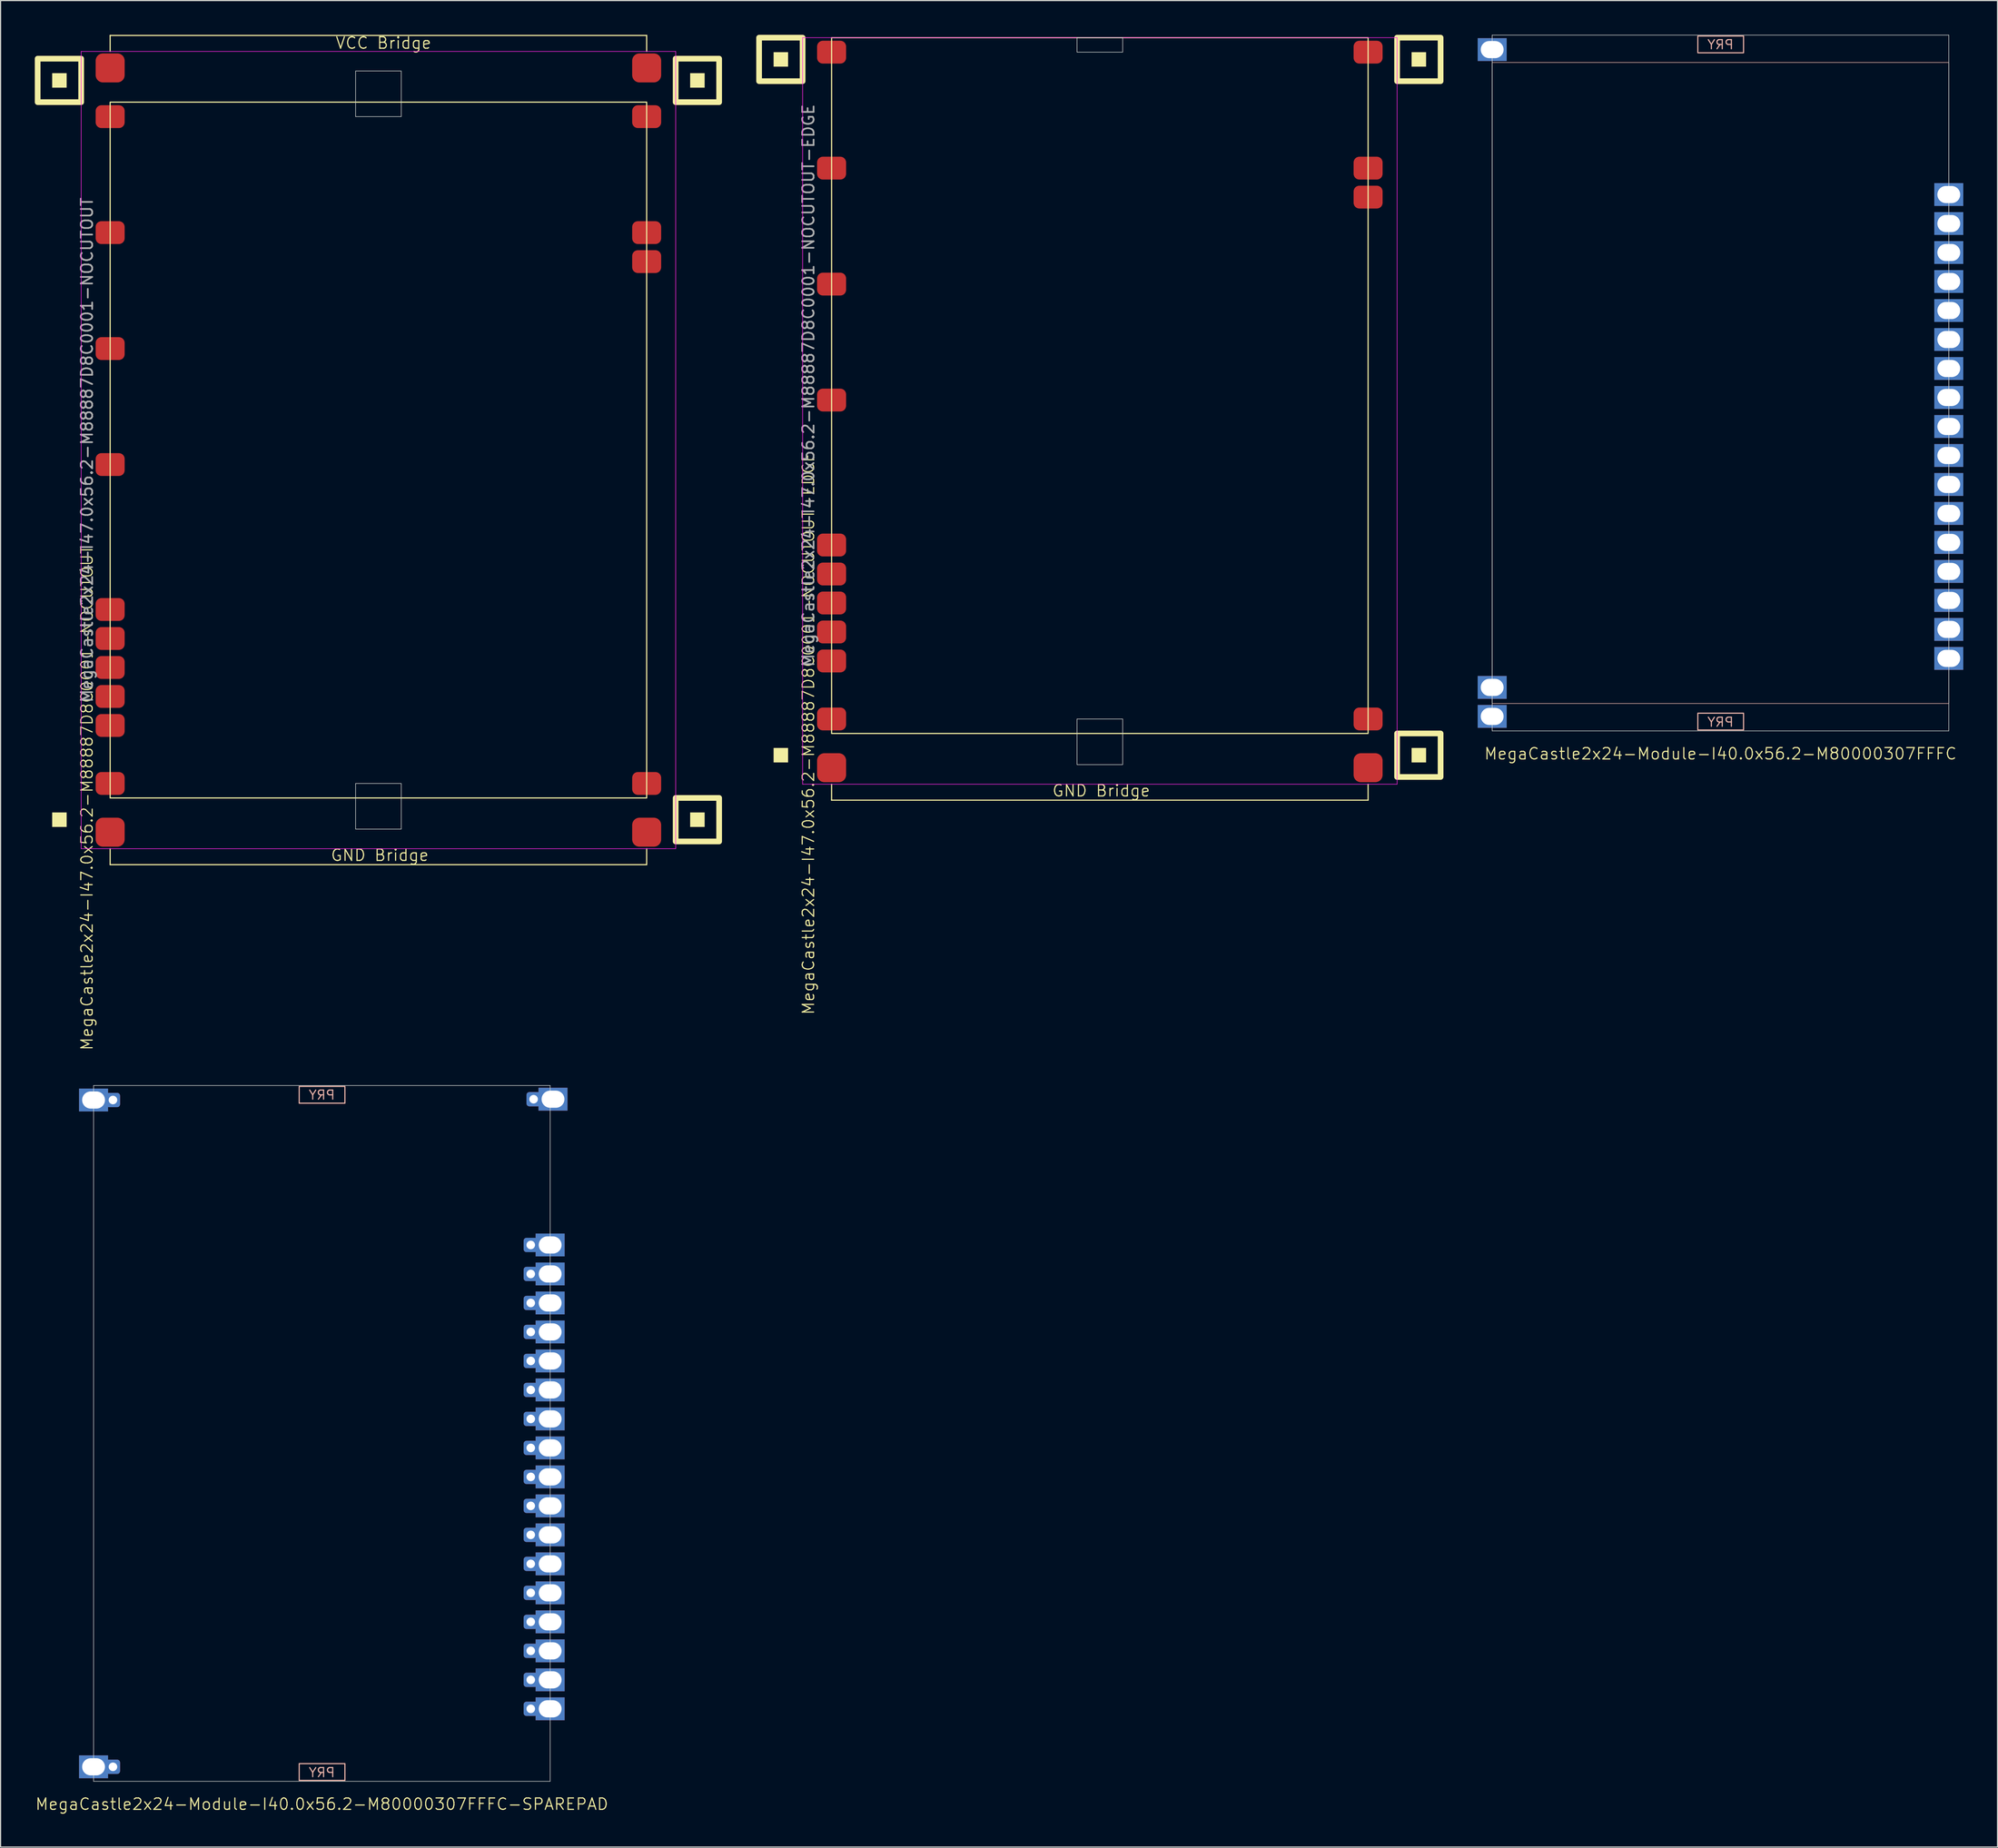
<source format=kicad_pcb>
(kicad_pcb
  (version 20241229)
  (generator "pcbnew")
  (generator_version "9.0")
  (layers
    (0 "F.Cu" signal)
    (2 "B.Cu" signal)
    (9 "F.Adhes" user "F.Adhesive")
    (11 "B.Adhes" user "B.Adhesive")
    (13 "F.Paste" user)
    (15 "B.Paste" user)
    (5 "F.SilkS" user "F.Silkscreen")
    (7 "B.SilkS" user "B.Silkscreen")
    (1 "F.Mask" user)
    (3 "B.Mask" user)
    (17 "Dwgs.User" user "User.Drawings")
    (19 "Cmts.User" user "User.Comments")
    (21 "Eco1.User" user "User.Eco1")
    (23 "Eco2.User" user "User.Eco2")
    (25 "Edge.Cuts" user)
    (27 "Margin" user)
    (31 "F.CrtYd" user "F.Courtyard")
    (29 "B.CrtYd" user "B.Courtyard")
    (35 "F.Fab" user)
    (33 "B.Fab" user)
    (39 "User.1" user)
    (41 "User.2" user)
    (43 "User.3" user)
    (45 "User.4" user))
  (footprint "MegaCastle2x24-I47.0x56.2-M88887D8C0001-NOCUTOUT"
    (layer "F.Cu")
    (at 30.1 36.38)
    (property "Reference" "MegaCastle2x24-I47.0x56.2-M88887D8C0001-NOCUTOUT" (at -25.532 30.48 90) (unlocked yes) (layer "F.SilkS") (effects (font (size 1 1) (thickness 0.1))))
    (attr smd)
    (fp_line (start -23.5 -36.325) (end 23.5 -36.325) (stroke (width 0.1) (type default)) (layer "F.SilkS"))
    (fp_line (start -23.5 -34.925) (end -23.5 -36.325) (stroke (width 0.1) (type default)) (layer "F.SilkS"))
    (fp_line (start -23.5 34.925) (end -23.5 36.325) (stroke (width 0.1) (type default)) (layer "F.SilkS"))
    (fp_line (start -23.5 36.325) (end 23.5 36.325) (stroke (width 0.1) (type default)) (layer "F.SilkS"))
    (fp_line (start 23.5 -34.925) (end 23.5 -36.325) (stroke (width 0.1) (type default)) (layer "F.SilkS"))
    (fp_line (start 23.5 34.925) (end 23.5 36.325) (stroke (width 0.1) (type default)) (layer "F.SilkS"))
    (fp_rect (start -27.31 -31.75) (end -28.58 -33.02) (stroke (width 0) (type solid)) (fill yes) (layer "F.SilkS"))
    (fp_rect (start -27.31 33.02) (end -28.58 31.75) (stroke (width 0) (type solid)) (fill yes) (layer "F.SilkS"))
    (fp_rect (start -26.04 -30.48) (end -29.85 -34.29) (stroke (width 0.5) (type default)) (fill no) (layer "F.SilkS"))
    (fp_rect (start -23.5 -30.48) (end 23.5 30.48) (stroke (width 0.1) (type default)) (fill no) (layer "F.SilkS"))
    (fp_rect (start 28.58 -31.75) (end 27.31 -33.02) (stroke (width 0) (type solid)) (fill yes) (layer "F.SilkS"))
    (fp_rect (start 28.58 33.02) (end 27.31 31.75) (stroke (width 0) (type solid)) (fill yes) (layer "F.SilkS"))
    (fp_rect (start 29.85 -30.48) (end 26.04 -34.29) (stroke (width 0.5) (type default)) (fill no) (layer "F.SilkS"))
    (fp_rect (start 29.85 34.29) (end 26.04 30.48) (stroke (width 0.5) (type default)) (fill no) (layer "F.SilkS"))
    (fp_rect (start -2 -29.21) (end 2 -33.21) (stroke (width 0.05) (type default)) (fill no) (layer "Edge.Cuts"))
    (fp_rect (start -2 29.21) (end 2 33.21) (stroke (width 0.05) (type default)) (fill no) (layer "Edge.Cuts"))
    (fp_line (start -26.04 -34.925) (end -26.04 34.925) (stroke (width 0.05) (type default)) (layer "F.CrtYd"))
    (fp_line (start -26.04 34.925) (end 26.04 34.925) (stroke (width 0.05) (type default)) (layer "F.CrtYd"))
    (fp_line (start 26.04 -34.925) (end -26.04 -34.925) (stroke (width 0.05) (type default)) (layer "F.CrtYd"))
    (fp_line (start 26.04 -34.925) (end 26.04 34.925) (stroke (width 0.05) (type default)) (layer "F.CrtYd"))
    (fp_text user "VCC Bridge" (at -3.81 -35.08 0) (unlocked yes) (layer "F.SilkS") (effects (font (size 1 1) (thickness 0.1)) (justify left bottom)))
    (fp_text user "GND Bridge" (at -4.226 36.08 0) (unlocked yes) (layer "F.SilkS") (effects (font (size 1 1) (thickness 0.1)) (justify left bottom)))
    (fp_text user "${REFERENCE}" (at -25.532 0 90) (unlocked yes) (layer "F.Fab") (effects (font (size 1 1) (thickness 0.15))))
    (pad "1" smd roundrect (at -23.5 -29.21) (size 2.54 2) (layers "F.Cu" "F.Mask" "F.Paste") (roundrect_rratio 0.25))
    (pad "5" smd roundrect (at -23.5 -19.05) (size 2.54 2) (layers "F.Cu" "F.Mask" "F.Paste") (roundrect_rratio 0.25))
    (pad "9" smd roundrect (at -23.5 -8.89) (size 2.54 2) (layers "F.Cu" "F.Mask" "F.Paste") (roundrect_rratio 0.25))
    (pad "13" smd roundrect (at -23.5 1.27) (size 2.54 2) (layers "F.Cu" "F.Mask" "F.Paste") (roundrect_rratio 0.25))
    (pad "18" smd roundrect (at -23.5 13.97) (size 2.54 2) (layers "F.Cu" "F.Mask" "F.Paste") (roundrect_rratio 0.25))
    (pad "19" smd roundrect (at -23.5 16.51) (size 2.54 2) (layers "F.Cu" "F.Mask" "F.Paste") (roundrect_rratio 0.25))
    (pad "20" smd roundrect (at -23.5 19.05) (size 2.54 2) (layers "F.Cu" "F.Mask" "F.Paste") (roundrect_rratio 0.25))
    (pad "21" smd roundrect (at -23.5 21.59) (size 2.54 2) (layers "F.Cu" "F.Mask" "F.Paste") (roundrect_rratio 0.25))
    (pad "22" smd roundrect (at -23.5 24.13) (size 2.54 2) (layers "F.Cu" "F.Mask" "F.Paste") (roundrect_rratio 0.25))
    (pad "24" smd roundrect (at -23.5 29.21) (size 2.54 2) (layers "F.Cu" "F.Mask" "F.Paste") (roundrect_rratio 0.25))
    (pad "25" smd roundrect (at 23.5 -29.21) (size 2.54 2) (layers "F.Cu" "F.Mask" "F.Paste") (roundrect_rratio 0.25))
    (pad "29" smd roundrect (at 23.5 -19.05) (size 2.54 2) (layers "F.Cu" "F.Mask" "F.Paste") (roundrect_rratio 0.25))
    (pad "30" smd roundrect (at 23.5 -16.51) (size 2.54 2) (layers "F.Cu" "F.Mask" "F.Paste") (roundrect_rratio 0.25))
    (pad "48" smd roundrect (at 23.5 29.21) (size 2.54 2) (layers "F.Cu" "F.Mask" "F.Paste") (roundrect_rratio 0.25))
    (pad "A1" smd roundrect (at -23.5 -33.48) (size 2.54 2.54) (layers "F.Cu" "F.Mask" "F.Paste") (roundrect_rratio 0.25))
    (pad "A2" smd roundrect (at 23.5 -33.48) (size 2.54 2.54) (layers "F.Cu" "F.Mask" "F.Paste") (roundrect_rratio 0.25))
    (pad "B1" smd roundrect (at -23.5 33.48) (size 2.54 2.54) (layers "F.Cu" "F.Mask" "F.Paste") (roundrect_rratio 0.25))
    (pad "B2" smd roundrect (at 23.5 33.48) (size 2.54 2.54) (layers "F.Cu" "F.Mask" "F.Paste") (roundrect_rratio 0.25)))
  (footprint "MegaCastle2x24-Module-I40.0x56.2-M80000307FFFC-SPAREPAD"
    (layer "F.Cu")
    (at 25.145 122.534)
    (property "Reference" "MegaCastle2x24-Module-I40.0x56.2-M80000307FFFC-SPAREPAD" (at 0 32.48 0) (unlocked yes) (layer "F.SilkS") (effects (font (size 1 1) (thickness 0.1))))
    (attr smd)
    (fp_rect (start -1.984 -28.931) (end 2.02 -30.4) (stroke (width 0.1) (type default)) (fill no) (layer "B.SilkS"))
    (fp_rect (start -1.984 28.931) (end 2.02 30.4) (stroke (width 0.1) (type default)) (fill no) (layer "B.SilkS"))
    (fp_line (start -20 -30.48) (end -20 30.48) (stroke (width 0.05) (type default)) (layer "Edge.Cuts"))
    (fp_line (start -20 -30.48) (end 20 -30.48) (stroke (width 0.05) (type default)) (layer "Edge.Cuts"))
    (fp_line (start -20 30.48) (end 20 30.48) (stroke (width 0.05) (type default)) (layer "Edge.Cuts"))
    (fp_line (start 20 -30.48) (end 20 30.48) (stroke (width 0.05) (type default)) (layer "Edge.Cuts"))
    (fp_text user "PRY" (at 0 30.18 0) (unlocked yes) (layer "B.SilkS") (effects (font (size 0.8 0.8) (thickness 0.1)) (justify bottom mirror)))
    (fp_text user "PRY" (at 0 -29.18 0) (unlocked yes) (layer "B.SilkS") (effects (font (size 0.8 0.8) (thickness 0.1)) (justify bottom mirror)))
    (pad "1" thru_hole rect (at -20 -29.21) (size 2.54 2) (drill oval 2 1.5) (property pad_prop_castellated) (layers "*.Cu" "*.Mask"))
    (pad "1" thru_hole roundrect (at -18.3 -29.21 180) (size 1.25 1.25) (drill 0.75) (layers "*.Cu" "*.Mask") (roundrect_rratio 0.2))
    (pad "23" thru_hole roundrect (at 18.55 -29.28) (size 1.25 1.25) (drill 0.75) (layers "*.Cu" "*.Mask") (roundrect_rratio 0.2))
    (pad "23" thru_hole rect (at 20.25 -29.28 180) (size 2.54 2) (drill oval 2 1.5) (property pad_prop_castellated) (layers "*.Cu" "*.Mask"))
    (pad "24" thru_hole rect (at -20 29.21) (size 2.54 2) (drill oval 2 1.5) (property pad_prop_castellated) (layers "*.Cu" "*.Mask"))
    (pad "24" thru_hole roundrect (at -18.3 29.21 180) (size 1.25 1.25) (drill 0.75) (layers "*.Cu" "*.Mask") (roundrect_rratio 0.2))
    (pad "30" thru_hole roundrect (at 18.3 -16.51 180) (size 1.25 1.25) (drill 0.75) (layers "*.Cu" "*.Mask") (roundrect_rratio 0.2))
    (pad "30" thru_hole rect (at 20 -16.51) (size 2.54 2) (drill oval 2 1.5) (property pad_prop_castellated) (layers "*.Cu" "*.Mask"))
    (pad "31" thru_hole roundrect (at 18.3 -13.97 180) (size 1.25 1.25) (drill 0.75) (layers "*.Cu" "*.Mask") (roundrect_rratio 0.2))
    (pad "31" thru_hole rect (at 20 -13.97) (size 2.54 2) (drill oval 2 1.5) (property pad_prop_castellated) (layers "*.Cu" "*.Mask"))
    (pad "32" thru_hole roundrect (at 18.3 -11.43 180) (size 1.25 1.25) (drill 0.75) (layers "*.Cu" "*.Mask") (roundrect_rratio 0.2))
    (pad "32" thru_hole rect (at 20 -11.43) (size 2.54 2) (drill oval 2 1.5) (property pad_prop_castellated) (layers "*.Cu" "*.Mask"))
    (pad "33" thru_hole roundrect (at 18.3 -8.89 180) (size 1.25 1.25) (drill 0.75) (layers "*.Cu" "*.Mask") (roundrect_rratio 0.2))
    (pad "33" thru_hole rect (at 20 -8.89) (size 2.54 2) (drill oval 2 1.5) (property pad_prop_castellated) (layers "*.Cu" "*.Mask"))
    (pad "34" thru_hole roundrect (at 18.3 -6.35 180) (size 1.25 1.25) (drill 0.75) (layers "*.Cu" "*.Mask") (roundrect_rratio 0.2))
    (pad "34" thru_hole rect (at 20 -6.35) (size 2.54 2) (drill oval 2 1.5) (property pad_prop_castellated) (layers "*.Cu" "*.Mask"))
    (pad "35" thru_hole roundrect (at 18.3 -3.81 180) (size 1.25 1.25) (drill 0.75) (layers "*.Cu" "*.Mask") (roundrect_rratio 0.2))
    (pad "35" thru_hole rect (at 20 -3.81) (size 2.54 2) (drill oval 2 1.5) (property pad_prop_castellated) (layers "*.Cu" "*.Mask"))
    (pad "36" thru_hole roundrect (at 18.3 -1.27 180) (size 1.25 1.25) (drill 0.75) (layers "*.Cu" "*.Mask") (roundrect_rratio 0.2))
    (pad "36" thru_hole rect (at 20 -1.27) (size 2.54 2) (drill oval 2 1.5) (property pad_prop_castellated) (layers "*.Cu" "*.Mask"))
    (pad "37" thru_hole roundrect (at 18.3 1.27 180) (size 1.25 1.25) (drill 0.75) (layers "*.Cu" "*.Mask") (roundrect_rratio 0.2))
    (pad "37" thru_hole rect (at 20 1.27) (size 2.54 2) (drill oval 2 1.5) (property pad_prop_castellated) (layers "*.Cu" "*.Mask"))
    (pad "38" thru_hole roundrect (at 18.3 3.81 180) (size 1.25 1.25) (drill 0.75) (layers "*.Cu" "*.Mask") (roundrect_rratio 0.2))
    (pad "38" thru_hole rect (at 20 3.81) (size 2.54 2) (drill oval 2 1.5) (property pad_prop_castellated) (layers "*.Cu" "*.Mask"))
    (pad "39" thru_hole roundrect (at 18.3 6.35 180) (size 1.25 1.25) (drill 0.75) (layers "*.Cu" "*.Mask") (roundrect_rratio 0.2))
    (pad "39" thru_hole rect (at 20 6.35) (size 2.54 2) (drill oval 2 1.5) (property pad_prop_castellated) (layers "*.Cu" "*.Mask"))
    (pad "40" thru_hole roundrect (at 18.3 8.89 180) (size 1.25 1.25) (drill 0.75) (layers "*.Cu" "*.Mask") (roundrect_rratio 0.2))
    (pad "40" thru_hole rect (at 20 8.89) (size 2.54 2) (drill oval 2 1.5) (property pad_prop_castellated) (layers "*.Cu" "*.Mask"))
    (pad "41" thru_hole roundrect (at 18.3 11.43 180) (size 1.25 1.25) (drill 0.75) (layers "*.Cu" "*.Mask") (roundrect_rratio 0.2))
    (pad "41" thru_hole rect (at 20 11.43) (size 2.54 2) (drill oval 2 1.5) (property pad_prop_castellated) (layers "*.Cu" "*.Mask"))
    (pad "42" thru_hole roundrect (at 18.3 13.97 180) (size 1.25 1.25) (drill 0.75) (layers "*.Cu" "*.Mask") (roundrect_rratio 0.2))
    (pad "42" thru_hole rect (at 20 13.97) (size 2.54 2) (drill oval 2 1.5) (property pad_prop_castellated) (layers "*.Cu" "*.Mask"))
    (pad "43" thru_hole roundrect (at 18.3 16.51 180) (size 1.25 1.25) (drill 0.75) (layers "*.Cu" "*.Mask") (roundrect_rratio 0.2))
    (pad "43" thru_hole rect (at 20 16.51) (size 2.54 2) (drill oval 2 1.5) (property pad_prop_castellated) (layers "*.Cu" "*.Mask"))
    (pad "44" thru_hole roundrect (at 18.3 19.05 180) (size 1.25 1.25) (drill 0.75) (layers "*.Cu" "*.Mask") (roundrect_rratio 0.2))
    (pad "44" thru_hole rect (at 20 19.05) (size 2.54 2) (drill oval 2 1.5) (property pad_prop_castellated) (layers "*.Cu" "*.Mask"))
    (pad "45" thru_hole roundrect (at 18.3 21.59 180) (size 1.25 1.25) (drill 0.75) (layers "*.Cu" "*.Mask") (roundrect_rratio 0.2))
    (pad "45" thru_hole rect (at 20 21.59) (size 2.54 2) (drill oval 2 1.5) (property pad_prop_castellated) (layers "*.Cu" "*.Mask"))
    (pad "46" thru_hole roundrect (at 18.3 24.13 180) (size 1.25 1.25) (drill 0.75) (layers "*.Cu" "*.Mask") (roundrect_rratio 0.2))
    (pad "46" thru_hole rect (at 20 24.13) (size 2.54 2) (drill oval 2 1.5) (property pad_prop_castellated) (layers "*.Cu" "*.Mask"))
    (zone (net_name "") (layer "B.Cu") (hatch edge 0.5) (connect_pads) (min_thickness 0.25) (filled_areas_thickness no) (keepout (tracks allowed) (vias allowed) (pads allowed) (copperpour allowed) (footprints not_allowed)) (placement (enabled no)) (fill) (polygon (pts (xy 5.145 92.054) (xy 5.145 94.454) (xy 45.145 94.454) (xy 45.145 92.054))))
    (zone (net_name "") (layer "B.Cu") (hatch edge 0.5) (connect_pads) (min_thickness 0.25) (filled_areas_thickness no) (keepout (tracks allowed) (vias allowed) (pads allowed) (copperpour allowed) (footprints not_allowed)) (placement (enabled no)) (fill) (polygon (pts (xy 5.145 153.014) (xy 5.145 150.614) (xy 45.145 150.614) (xy 45.145 153.014))))
    (zone (net_name "") (layer "B.Cu") (name "Upper Pry Zone") (hatch edge 0.5) (connect_pads) (min_thickness 0.25) (filled_areas_thickness no) (keepout (tracks not_allowed) (vias not_allowed) (pads not_allowed) (copperpour allowed) (footprints not_allowed)) (placement (enabled no)) (fill) (polygon (pts (xy 23.161 93.603) (xy 23.161 92.134) (xy 27.165 92.134) (xy 27.165 93.603))))
    (zone (net_name "") (layer "B.Cu") (name "Upper Pry Zone") (hatch edge 0.5) (connect_pads) (min_thickness 0.25) (filled_areas_thickness no) (keepout (tracks not_allowed) (vias not_allowed) (pads not_allowed) (copperpour allowed) (footprints not_allowed)) (placement (enabled no)) (fill) (polygon (pts (xy 23.161 151.465) (xy 23.161 152.934) (xy 27.165 152.934) (xy 27.165 151.465)))))
  (footprint "MegaCastle2x24-Module-I40.0x56.2-M80000307FFFC"
    (layer "F.Cu")
    (at 147.67 30.505)
    (property "Reference" "MegaCastle2x24-Module-I40.0x56.2-M80000307FFFC" (at 0 32.48 0) (unlocked yes) (layer "F.SilkS") (effects (font (size 1 1) (thickness 0.1))))
    (attr smd)
    (fp_rect (start -20 28.08) (end 20 -28.08) (stroke (width 0.05) (type default)) (fill no) (layer "B.SilkS"))
    (fp_rect (start -1.984 -28.931) (end 2.02 -30.4) (stroke (width 0.1) (type default)) (fill no) (layer "B.SilkS"))
    (fp_rect (start -1.984 28.931) (end 2.02 30.4) (stroke (width 0.1) (type default)) (fill no) (layer "B.SilkS"))
    (fp_line (start -20 -30.48) (end -20 30.48) (stroke (width 0.05) (type default)) (layer "Edge.Cuts"))
    (fp_line (start -20 -30.48) (end 20 -30.48) (stroke (width 0.05) (type default)) (layer "Edge.Cuts"))
    (fp_line (start -20 30.48) (end 20 30.48) (stroke (width 0.05) (type default)) (layer "Edge.Cuts"))
    (fp_line (start 20 -30.48) (end 20 30.48) (stroke (width 0.05) (type default)) (layer "Edge.Cuts"))
    (fp_text user "PRY" (at 0 -29.18 0) (unlocked yes) (layer "B.SilkS") (effects (font (size 0.8 0.8) (thickness 0.1)) (justify bottom mirror)))
    (fp_text user "PRY" (at 0 30.18 0) (unlocked yes) (layer "B.SilkS") (effects (font (size 0.8 0.8) (thickness 0.1)) (justify bottom mirror)))
    (pad "1" thru_hole rect (at -20 -29.21) (size 2.54 2) (drill oval 2 1.5) (property pad_prop_castellated) (layers "*.Cu" "*.Mask"))
    (pad "23" thru_hole rect (at -20 26.67) (size 2.54 2) (drill oval 2 1.5) (property pad_prop_castellated) (layers "*.Cu" "*.Mask"))
    (pad "24" thru_hole rect (at -20 29.21) (size 2.54 2) (drill oval 2 1.5) (property pad_prop_castellated) (layers "*.Cu" "*.Mask"))
    (pad "30" thru_hole rect (at 20 -16.51) (size 2.54 2) (drill oval 2 1.5) (property pad_prop_castellated) (layers "*.Cu" "*.Mask"))
    (pad "31" thru_hole rect (at 20 -13.97) (size 2.54 2) (drill oval 2 1.5) (property pad_prop_castellated) (layers "*.Cu" "*.Mask"))
    (pad "32" thru_hole rect (at 20 -11.43) (size 2.54 2) (drill oval 2 1.5) (property pad_prop_castellated) (layers "*.Cu" "*.Mask"))
    (pad "33" thru_hole rect (at 20 -8.89) (size 2.54 2) (drill oval 2 1.5) (property pad_prop_castellated) (layers "*.Cu" "*.Mask"))
    (pad "34" thru_hole rect (at 20 -6.35) (size 2.54 2) (drill oval 2 1.5) (property pad_prop_castellated) (layers "*.Cu" "*.Mask"))
    (pad "35" thru_hole rect (at 20 -3.81) (size 2.54 2) (drill oval 2 1.5) (property pad_prop_castellated) (layers "*.Cu" "*.Mask"))
    (pad "36" thru_hole rect (at 20 -1.27) (size 2.54 2) (drill oval 2 1.5) (property pad_prop_castellated) (layers "*.Cu" "*.Mask"))
    (pad "37" thru_hole rect (at 20 1.27) (size 2.54 2) (drill oval 2 1.5) (property pad_prop_castellated) (layers "*.Cu" "*.Mask"))
    (pad "38" thru_hole rect (at 20 3.81) (size 2.54 2) (drill oval 2 1.5) (property pad_prop_castellated) (layers "*.Cu" "*.Mask"))
    (pad "39" thru_hole rect (at 20 6.35) (size 2.54 2) (drill oval 2 1.5) (property pad_prop_castellated) (layers "*.Cu" "*.Mask"))
    (pad "40" thru_hole rect (at 20 8.89) (size 2.54 2) (drill oval 2 1.5) (property pad_prop_castellated) (layers "*.Cu" "*.Mask"))
    (pad "41" thru_hole rect (at 20 11.43) (size 2.54 2) (drill oval 2 1.5) (property pad_prop_castellated) (layers "*.Cu" "*.Mask"))
    (pad "42" thru_hole rect (at 20 13.97) (size 2.54 2) (drill oval 2 1.5) (property pad_prop_castellated) (layers "*.Cu" "*.Mask"))
    (pad "43" thru_hole rect (at 20 16.51) (size 2.54 2) (drill oval 2 1.5) (property pad_prop_castellated) (layers "*.Cu" "*.Mask"))
    (pad "44" thru_hole rect (at 20 19.05) (size 2.54 2) (drill oval 2 1.5) (property pad_prop_castellated) (layers "*.Cu" "*.Mask"))
    (pad "45" thru_hole rect (at 20 21.59) (size 2.54 2) (drill oval 2 1.5) (property pad_prop_castellated) (layers "*.Cu" "*.Mask"))
    (pad "46" thru_hole rect (at 20 24.13) (size 2.54 2) (drill oval 2 1.5) (property pad_prop_castellated) (layers "*.Cu" "*.Mask"))
    (zone (net_name "") (layer "B.Cu") (hatch edge 0.5) (connect_pads) (min_thickness 0.25) (filled_areas_thickness no) (keepout (tracks allowed) (vias allowed) (pads allowed) (copperpour allowed) (footprints not_allowed)) (placement (enabled no)) (fill) (polygon (pts (xy 127.67 60.985) (xy 127.67 0.025))))
    (zone (net_name "") (layer "B.Cu") (hatch edge 0.5) (connect_pads) (min_thickness 0.25) (filled_areas_thickness no) (keepout (tracks allowed) (vias allowed) (pads allowed) (copperpour allowed) (footprints not_allowed)) (placement (enabled no)) (fill) (polygon (pts (xy 167.67 60.985) (xy 167.67 0.025))))
    (zone (net_name "") (layer "B.Cu") (hatch edge 0.5) (connect_pads) (min_thickness 0.25) (filled_areas_thickness no) (keepout (tracks allowed) (vias allowed) (pads allowed) (copperpour allowed) (footprints not_allowed)) (placement (enabled no)) (fill) (polygon (pts (xy 127.67 0.025) (xy 127.67 2.425) (xy 167.67 2.425) (xy 167.67 0.025))))
    (zone (net_name "") (layer "B.Cu") (hatch edge 0.5) (connect_pads) (min_thickness 0.25) (filled_areas_thickness no) (keepout (tracks allowed) (vias allowed) (pads allowed) (copperpour allowed) (footprints not_allowed)) (placement (enabled no)) (fill) (polygon (pts (xy 127.67 60.985) (xy 127.67 58.585) (xy 167.67 58.585) (xy 167.67 60.985))))
    (zone (net_name "") (layer "B.Cu") (name "Upper Pry Zone") (hatch edge 0.5) (connect_pads) (min_thickness 0.25) (filled_areas_thickness no) (keepout (tracks not_allowed) (vias not_allowed) (pads not_allowed) (copperpour allowed) (footprints not_allowed)) (placement (enabled no)) (fill) (polygon (pts (xy 145.686 1.574) (xy 145.686 0.105) (xy 149.69 0.105) (xy 149.69 1.574))))
    (zone (net_name "") (layer "B.Cu") (name "Upper Pry Zone") (hatch edge 0.5) (connect_pads) (min_thickness 0.25) (filled_areas_thickness no) (keepout (tracks not_allowed) (vias not_allowed) (pads not_allowed) (copperpour allowed) (footprints not_allowed)) (placement (enabled no)) (fill) (polygon (pts (xy 145.686 59.436) (xy 145.686 60.905) (xy 149.69 60.905) (xy 149.69 59.436)))))
  (footprint "MegaCastle2x24-I47.0x56.2-M88887D8C0001-NOCUTOUT-EDGE"
    (layer "F.Cu")
    (at 93.3 30.73)
    (property "Reference" "MegaCastle2x24-I47.0x56.2-M88887D8C0001-NOCUTOUT-EDGE" (at -25.532 30.48 90) (unlocked yes) (layer "F.SilkS") (effects (font (size 1 1) (thickness 0.1))))
    (attr smd)
    (fp_line (start -23.5 34.925) (end -23.5 36.325) (stroke (width 0.1) (type default)) (layer "F.SilkS"))
    (fp_line (start -23.5 36.325) (end 23.5 36.325) (stroke (width 0.1) (type default)) (layer "F.SilkS"))
    (fp_line (start 23.5 34.925) (end 23.5 36.325) (stroke (width 0.1) (type default)) (layer "F.SilkS"))
    (fp_rect (start -27.31 -27.94) (end -28.58 -29.21) (stroke (width 0) (type solid)) (fill yes) (layer "F.SilkS"))
    (fp_rect (start -27.31 33.02) (end -28.58 31.75) (stroke (width 0) (type solid)) (fill yes) (layer "F.SilkS"))
    (fp_rect (start -26.04 -26.67) (end -29.85 -30.48) (stroke (width 0.5) (type default)) (fill no) (layer "F.SilkS"))
    (fp_rect (start -23.5 -30.48) (end 23.5 30.48) (stroke (width 0.1) (type default)) (fill no) (layer "F.SilkS"))
    (fp_rect (start 28.58 -27.94) (end 27.31 -29.21) (stroke (width 0) (type solid)) (fill yes) (layer "F.SilkS"))
    (fp_rect (start 28.58 33.02) (end 27.31 31.75) (stroke (width 0) (type solid)) (fill yes) (layer "F.SilkS"))
    (fp_rect (start 29.85 -26.67) (end 26.04 -30.48) (stroke (width 0.5) (type default)) (fill no) (layer "F.SilkS"))
    (fp_rect (start 29.85 34.29) (end 26.04 30.48) (stroke (width 0.5) (type default)) (fill no) (layer "F.SilkS"))
    (fp_rect (start -2 -29.21) (end 2 -30.48) (stroke (width 0.05) (type default)) (fill no) (layer "Edge.Cuts"))
    (fp_rect (start -2 29.21) (end 2 33.21) (stroke (width 0.05) (type default)) (fill no) (layer "Edge.Cuts"))
    (fp_line (start -26.04 -30.48) (end -26.04 34.925) (stroke (width 0.05) (type default)) (layer "F.CrtYd"))
    (fp_line (start -26.04 34.925) (end 26.04 34.925) (stroke (width 0.05) (type default)) (layer "F.CrtYd"))
    (fp_line (start 26.04 -30.48) (end -26.04 -30.48) (stroke (width 0.05) (type default)) (layer "F.CrtYd"))
    (fp_line (start 26.04 -30.48) (end 26.04 34.925) (stroke (width 0.05) (type default)) (layer "F.CrtYd"))
    (fp_text user "GND Bridge" (at -4.226 36.08 0) (unlocked yes) (layer "F.SilkS") (effects (font (size 1 1) (thickness 0.1)) (justify left bottom)))
    (fp_text user "${REFERENCE}" (at -25.532 0 90) (unlocked yes) (layer "F.Fab") (effects (font (size 1 1) (thickness 0.15))))
    (pad "1" smd roundrect (at -23.5 -29.21) (size 2.54 2) (layers "F.Cu" "F.Mask" "F.Paste") (roundrect_rratio 0.25))
    (pad "5" smd roundrect (at -23.5 -19.05) (size 2.54 2) (layers "F.Cu" "F.Mask" "F.Paste") (roundrect_rratio 0.25))
    (pad "9" smd roundrect (at -23.5 -8.89) (size 2.54 2) (layers "F.Cu" "F.Mask" "F.Paste") (roundrect_rratio 0.25))
    (pad "13" smd roundrect (at -23.5 1.27) (size 2.54 2) (layers "F.Cu" "F.Mask" "F.Paste") (roundrect_rratio 0.25))
    (pad "18" smd roundrect (at -23.5 13.97) (size 2.54 2) (layers "F.Cu" "F.Mask" "F.Paste") (roundrect_rratio 0.25))
    (pad "19" smd roundrect (at -23.5 16.51) (size 2.54 2) (layers "F.Cu" "F.Mask" "F.Paste") (roundrect_rratio 0.25))
    (pad "20" smd roundrect (at -23.5 19.05) (size 2.54 2) (layers "F.Cu" "F.Mask" "F.Paste") (roundrect_rratio 0.25))
    (pad "21" smd roundrect (at -23.5 21.59) (size 2.54 2) (layers "F.Cu" "F.Mask" "F.Paste") (roundrect_rratio 0.25))
    (pad "22" smd roundrect (at -23.5 24.13) (size 2.54 2) (layers "F.Cu" "F.Mask" "F.Paste") (roundrect_rratio 0.25))
    (pad "24" smd roundrect (at -23.5 29.21) (size 2.54 2) (layers "F.Cu" "F.Mask" "F.Paste") (roundrect_rratio 0.25))
    (pad "25" smd roundrect (at 23.5 -29.21) (size 2.54 2) (layers "F.Cu" "F.Mask" "F.Paste") (roundrect_rratio 0.25))
    (pad "29" smd roundrect (at 23.5 -19.05) (size 2.54 2) (layers "F.Cu" "F.Mask" "F.Paste") (roundrect_rratio 0.25))
    (pad "30" smd roundrect (at 23.5 -16.51) (size 2.54 2) (layers "F.Cu" "F.Mask" "F.Paste") (roundrect_rratio 0.25))
    (pad "48" smd roundrect (at 23.5 29.21) (size 2.54 2) (layers "F.Cu" "F.Mask" "F.Paste") (roundrect_rratio 0.25))
    (pad "B1" smd roundrect (at -23.5 33.48) (size 2.54 2.54) (layers "F.Cu" "F.Mask" "F.Paste") (roundrect_rratio 0.25))
    (pad "B2" smd roundrect (at 23.5 33.48) (size 2.54 2.54) (layers "F.Cu" "F.Mask" "F.Paste") (roundrect_rratio 0.25)))
  (gr_rect
    (start -3 -3)
    (end 171.94 158.775)
    (stroke (width 0.1) (type default))
    (fill no)
    (layer "Edge.Cuts")))
</source>
